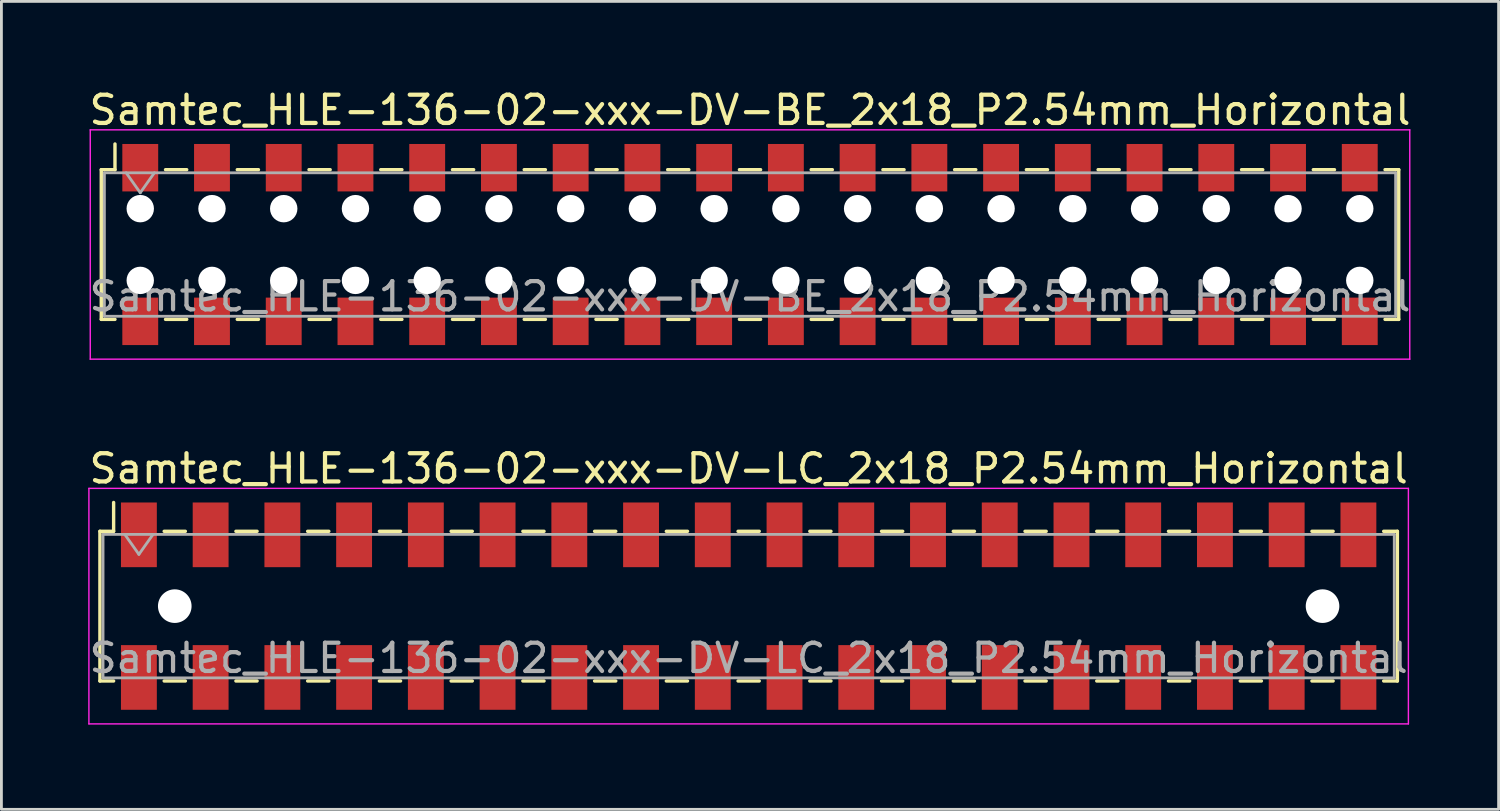
<source format=kicad_pcb>
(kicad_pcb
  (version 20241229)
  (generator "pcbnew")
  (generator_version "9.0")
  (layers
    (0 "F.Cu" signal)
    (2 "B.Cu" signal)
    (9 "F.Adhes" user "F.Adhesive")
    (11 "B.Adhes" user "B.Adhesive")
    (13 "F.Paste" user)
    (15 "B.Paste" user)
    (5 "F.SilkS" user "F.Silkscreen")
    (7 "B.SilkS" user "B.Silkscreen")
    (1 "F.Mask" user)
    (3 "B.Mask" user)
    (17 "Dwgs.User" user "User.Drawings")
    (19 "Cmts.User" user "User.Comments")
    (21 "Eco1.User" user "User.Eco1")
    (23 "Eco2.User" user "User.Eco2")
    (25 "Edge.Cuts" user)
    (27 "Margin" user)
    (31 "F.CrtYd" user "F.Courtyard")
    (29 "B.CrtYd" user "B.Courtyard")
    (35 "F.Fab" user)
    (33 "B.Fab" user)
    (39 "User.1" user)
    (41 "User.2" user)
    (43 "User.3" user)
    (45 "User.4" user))
  (footprint "Samtec_HLE-136-02-xxx-DV-LC_2x18_P2.54mm_Horizontal"
    (layer "F.Cu")
    (at 23.458 18.412)
    (property "Reference" "Samtec_HLE-136-02-xxx-DV-LC_2x18_P2.54mm_Horizontal" (at 0 -4.87 0) (layer "F.SilkS") (effects (font (size 1 1) (thickness 0.15))))
    (attr smd)
    (fp_line (start -22.97 -2.65) (end -22.97 2.65) (stroke (width 0.12) (type solid)) (layer "F.SilkS"))
    (fp_line (start -22.97 2.65) (end -22.485 2.65) (stroke (width 0.12) (type solid)) (layer "F.SilkS"))
    (fp_line (start -22.485 -3.67) (end -22.485 -2.65) (stroke (width 0.12) (type solid)) (layer "F.SilkS"))
    (fp_line (start -22.485 -2.65) (end -22.97 -2.65) (stroke (width 0.12) (type solid)) (layer "F.SilkS"))
    (fp_line (start -20.695 -2.65) (end -19.945 -2.65) (stroke (width 0.12) (type solid)) (layer "F.SilkS"))
    (fp_line (start -20.695 2.65) (end -19.945 2.65) (stroke (width 0.12) (type solid)) (layer "F.SilkS"))
    (fp_line (start -18.155 -2.65) (end -17.405 -2.65) (stroke (width 0.12) (type solid)) (layer "F.SilkS"))
    (fp_line (start -18.155 2.65) (end -17.405 2.65) (stroke (width 0.12) (type solid)) (layer "F.SilkS"))
    (fp_line (start -15.615 -2.65) (end -14.865 -2.65) (stroke (width 0.12) (type solid)) (layer "F.SilkS"))
    (fp_line (start -15.615 2.65) (end -14.865 2.65) (stroke (width 0.12) (type solid)) (layer "F.SilkS"))
    (fp_line (start -13.075 -2.65) (end -12.325 -2.65) (stroke (width 0.12) (type solid)) (layer "F.SilkS"))
    (fp_line (start -13.075 2.65) (end -12.325 2.65) (stroke (width 0.12) (type solid)) (layer "F.SilkS"))
    (fp_line (start -10.535 -2.65) (end -9.785 -2.65) (stroke (width 0.12) (type solid)) (layer "F.SilkS"))
    (fp_line (start -10.535 2.65) (end -9.785 2.65) (stroke (width 0.12) (type solid)) (layer "F.SilkS"))
    (fp_line (start -7.995 -2.65) (end -7.245 -2.65) (stroke (width 0.12) (type solid)) (layer "F.SilkS"))
    (fp_line (start -7.995 2.65) (end -7.245 2.65) (stroke (width 0.12) (type solid)) (layer "F.SilkS"))
    (fp_line (start -5.455 -2.65) (end -4.705 -2.65) (stroke (width 0.12) (type solid)) (layer "F.SilkS"))
    (fp_line (start -5.455 2.65) (end -4.705 2.65) (stroke (width 0.12) (type solid)) (layer "F.SilkS"))
    (fp_line (start -2.915 -2.65) (end -2.165 -2.65) (stroke (width 0.12) (type solid)) (layer "F.SilkS"))
    (fp_line (start -2.915 2.65) (end -2.165 2.65) (stroke (width 0.12) (type solid)) (layer "F.SilkS"))
    (fp_line (start -0.375 -2.65) (end 0.375 -2.65) (stroke (width 0.12) (type solid)) (layer "F.SilkS"))
    (fp_line (start -0.375 2.65) (end 0.375 2.65) (stroke (width 0.12) (type solid)) (layer "F.SilkS"))
    (fp_line (start 2.165 -2.65) (end 2.915 -2.65) (stroke (width 0.12) (type solid)) (layer "F.SilkS"))
    (fp_line (start 2.165 2.65) (end 2.915 2.65) (stroke (width 0.12) (type solid)) (layer "F.SilkS"))
    (fp_line (start 4.705 -2.65) (end 5.455 -2.65) (stroke (width 0.12) (type solid)) (layer "F.SilkS"))
    (fp_line (start 4.705 2.65) (end 5.455 2.65) (stroke (width 0.12) (type solid)) (layer "F.SilkS"))
    (fp_line (start 7.245 -2.65) (end 7.995 -2.65) (stroke (width 0.12) (type solid)) (layer "F.SilkS"))
    (fp_line (start 7.245 2.65) (end 7.995 2.65) (stroke (width 0.12) (type solid)) (layer "F.SilkS"))
    (fp_line (start 9.785 -2.65) (end 10.535 -2.65) (stroke (width 0.12) (type solid)) (layer "F.SilkS"))
    (fp_line (start 9.785 2.65) (end 10.535 2.65) (stroke (width 0.12) (type solid)) (layer "F.SilkS"))
    (fp_line (start 12.325 -2.65) (end 13.075 -2.65) (stroke (width 0.12) (type solid)) (layer "F.SilkS"))
    (fp_line (start 12.325 2.65) (end 13.075 2.65) (stroke (width 0.12) (type solid)) (layer "F.SilkS"))
    (fp_line (start 14.865 -2.65) (end 15.615 -2.65) (stroke (width 0.12) (type solid)) (layer "F.SilkS"))
    (fp_line (start 14.865 2.65) (end 15.615 2.65) (stroke (width 0.12) (type solid)) (layer "F.SilkS"))
    (fp_line (start 17.405 -2.65) (end 18.155 -2.65) (stroke (width 0.12) (type solid)) (layer "F.SilkS"))
    (fp_line (start 17.405 2.65) (end 18.155 2.65) (stroke (width 0.12) (type solid)) (layer "F.SilkS"))
    (fp_line (start 19.945 -2.65) (end 20.695 -2.65) (stroke (width 0.12) (type solid)) (layer "F.SilkS"))
    (fp_line (start 19.945 2.65) (end 20.695 2.65) (stroke (width 0.12) (type solid)) (layer "F.SilkS"))
    (fp_line (start 22.485 -2.65) (end 22.97 -2.65) (stroke (width 0.12) (type solid)) (layer "F.SilkS"))
    (fp_line (start 22.97 -2.65) (end 22.97 2.65) (stroke (width 0.12) (type solid)) (layer "F.SilkS"))
    (fp_line (start 22.97 2.65) (end 22.485 2.65) (stroke (width 0.12) (type solid)) (layer "F.SilkS"))
    (fp_line (start -23.36 -4.17) (end 23.36 -4.17) (stroke (width 0.05) (type solid)) (layer "F.CrtYd"))
    (fp_line (start -23.36 4.17) (end -23.36 -4.17) (stroke (width 0.05) (type solid)) (layer "F.CrtYd"))
    (fp_line (start 23.36 -4.17) (end 23.36 4.17) (stroke (width 0.05) (type solid)) (layer "F.CrtYd"))
    (fp_line (start 23.36 4.17) (end -23.36 4.17) (stroke (width 0.05) (type solid)) (layer "F.CrtYd"))
    (fp_line (start -22.86 -2.54) (end 22.86 -2.54) (stroke (width 0.1) (type solid)) (layer "F.Fab"))
    (fp_line (start -22.86 2.54) (end -22.86 -2.54) (stroke (width 0.1) (type solid)) (layer "F.Fab"))
    (fp_line (start -22.09 -2.54) (end -21.59 -1.833) (stroke (width 0.1) (type solid)) (layer "F.Fab"))
    (fp_line (start -21.59 -1.833) (end -21.09 -2.54) (stroke (width 0.1) (type solid)) (layer "F.Fab"))
    (fp_line (start 22.86 -2.54) (end 22.86 2.54) (stroke (width 0.1) (type solid)) (layer "F.Fab"))
    (fp_line (start 22.86 2.54) (end -22.86 2.54) (stroke (width 0.1) (type solid)) (layer "F.Fab"))
    (fp_text user "${REFERENCE}" (at 0 1.84 0) (layer "F.Fab") (effects (font (size 1 1) (thickness 0.15))))
    (pad "" np_thru_hole circle (at -20.32 0) (size 1.19 1.19) (drill 1.19) (layers "*.Cu" "*.Mask"))
    (pad "" np_thru_hole circle (at 20.32 0) (size 1.19 1.19) (drill 1.19) (layers "*.Cu" "*.Mask"))
    (pad "1" smd rect (at -21.59 -2.525) (size 1.27 2.29) (layers "F.Cu" "F.Mask" "F.Paste"))
    (pad "2" smd rect (at -21.59 2.525) (size 1.27 2.29) (layers "F.Cu" "F.Mask" "F.Paste"))
    (pad "3" smd rect (at -19.05 -2.525) (size 1.27 2.29) (layers "F.Cu" "F.Mask" "F.Paste"))
    (pad "4" smd rect (at -19.05 2.525) (size 1.27 2.29) (layers "F.Cu" "F.Mask" "F.Paste"))
    (pad "5" smd rect (at -16.51 -2.525) (size 1.27 2.29) (layers "F.Cu" "F.Mask" "F.Paste"))
    (pad "6" smd rect (at -16.51 2.525) (size 1.27 2.29) (layers "F.Cu" "F.Mask" "F.Paste"))
    (pad "7" smd rect (at -13.97 -2.525) (size 1.27 2.29) (layers "F.Cu" "F.Mask" "F.Paste"))
    (pad "8" smd rect (at -13.97 2.525) (size 1.27 2.29) (layers "F.Cu" "F.Mask" "F.Paste"))
    (pad "9" smd rect (at -11.43 -2.525) (size 1.27 2.29) (layers "F.Cu" "F.Mask" "F.Paste"))
    (pad "10" smd rect (at -11.43 2.525) (size 1.27 2.29) (layers "F.Cu" "F.Mask" "F.Paste"))
    (pad "11" smd rect (at -8.89 -2.525) (size 1.27 2.29) (layers "F.Cu" "F.Mask" "F.Paste"))
    (pad "12" smd rect (at -8.89 2.525) (size 1.27 2.29) (layers "F.Cu" "F.Mask" "F.Paste"))
    (pad "13" smd rect (at -6.35 -2.525) (size 1.27 2.29) (layers "F.Cu" "F.Mask" "F.Paste"))
    (pad "14" smd rect (at -6.35 2.525) (size 1.27 2.29) (layers "F.Cu" "F.Mask" "F.Paste"))
    (pad "15" smd rect (at -3.81 -2.525) (size 1.27 2.29) (layers "F.Cu" "F.Mask" "F.Paste"))
    (pad "16" smd rect (at -3.81 2.525) (size 1.27 2.29) (layers "F.Cu" "F.Mask" "F.Paste"))
    (pad "17" smd rect (at -1.27 -2.525) (size 1.27 2.29) (layers "F.Cu" "F.Mask" "F.Paste"))
    (pad "18" smd rect (at -1.27 2.525) (size 1.27 2.29) (layers "F.Cu" "F.Mask" "F.Paste"))
    (pad "19" smd rect (at 1.27 -2.525) (size 1.27 2.29) (layers "F.Cu" "F.Mask" "F.Paste"))
    (pad "20" smd rect (at 1.27 2.525) (size 1.27 2.29) (layers "F.Cu" "F.Mask" "F.Paste"))
    (pad "21" smd rect (at 3.81 -2.525) (size 1.27 2.29) (layers "F.Cu" "F.Mask" "F.Paste"))
    (pad "22" smd rect (at 3.81 2.525) (size 1.27 2.29) (layers "F.Cu" "F.Mask" "F.Paste"))
    (pad "23" smd rect (at 6.35 -2.525) (size 1.27 2.29) (layers "F.Cu" "F.Mask" "F.Paste"))
    (pad "24" smd rect (at 6.35 2.525) (size 1.27 2.29) (layers "F.Cu" "F.Mask" "F.Paste"))
    (pad "25" smd rect (at 8.89 -2.525) (size 1.27 2.29) (layers "F.Cu" "F.Mask" "F.Paste"))
    (pad "26" smd rect (at 8.89 2.525) (size 1.27 2.29) (layers "F.Cu" "F.Mask" "F.Paste"))
    (pad "27" smd rect (at 11.43 -2.525) (size 1.27 2.29) (layers "F.Cu" "F.Mask" "F.Paste"))
    (pad "28" smd rect (at 11.43 2.525) (size 1.27 2.29) (layers "F.Cu" "F.Mask" "F.Paste"))
    (pad "29" smd rect (at 13.97 -2.525) (size 1.27 2.29) (layers "F.Cu" "F.Mask" "F.Paste"))
    (pad "30" smd rect (at 13.97 2.525) (size 1.27 2.29) (layers "F.Cu" "F.Mask" "F.Paste"))
    (pad "31" smd rect (at 16.51 -2.525) (size 1.27 2.29) (layers "F.Cu" "F.Mask" "F.Paste"))
    (pad "32" smd rect (at 16.51 2.525) (size 1.27 2.29) (layers "F.Cu" "F.Mask" "F.Paste"))
    (pad "33" smd rect (at 19.05 -2.525) (size 1.27 2.29) (layers "F.Cu" "F.Mask" "F.Paste"))
    (pad "34" smd rect (at 19.05 2.525) (size 1.27 2.29) (layers "F.Cu" "F.Mask" "F.Paste"))
    (pad "35" smd rect (at 21.59 -2.525) (size 1.27 2.29) (layers "F.Cu" "F.Mask" "F.Paste"))
    (pad "36" smd rect (at 21.59 2.525) (size 1.27 2.29) (layers "F.Cu" "F.Mask" "F.Paste")))
  (footprint "Samtec_HLE-136-02-xxx-DV-BE_2x18_P2.54mm_Horizontal"
    (layer "F.Cu")
    (at 23.506 5.608)
    (property "Reference" "Samtec_HLE-136-02-xxx-DV-BE_2x18_P2.54mm_Horizontal" (at 0 -4.76 0) (layer "F.SilkS") (effects (font (size 1 1) (thickness 0.15))))
    (attr smd)
    (fp_line (start -22.97 -2.65) (end -22.97 2.65) (stroke (width 0.12) (type solid)) (layer "F.SilkS"))
    (fp_line (start -22.97 2.65) (end -22.485 2.65) (stroke (width 0.12) (type solid)) (layer "F.SilkS"))
    (fp_line (start -22.485 -3.56) (end -22.485 -2.65) (stroke (width 0.12) (type solid)) (layer "F.SilkS"))
    (fp_line (start -22.485 -2.65) (end -22.97 -2.65) (stroke (width 0.12) (type solid)) (layer "F.SilkS"))
    (fp_line (start -20.695 -2.65) (end -19.945 -2.65) (stroke (width 0.12) (type solid)) (layer "F.SilkS"))
    (fp_line (start -20.695 2.65) (end -19.945 2.65) (stroke (width 0.12) (type solid)) (layer "F.SilkS"))
    (fp_line (start -18.155 -2.65) (end -17.405 -2.65) (stroke (width 0.12) (type solid)) (layer "F.SilkS"))
    (fp_line (start -18.155 2.65) (end -17.405 2.65) (stroke (width 0.12) (type solid)) (layer "F.SilkS"))
    (fp_line (start -15.615 -2.65) (end -14.865 -2.65) (stroke (width 0.12) (type solid)) (layer "F.SilkS"))
    (fp_line (start -15.615 2.65) (end -14.865 2.65) (stroke (width 0.12) (type solid)) (layer "F.SilkS"))
    (fp_line (start -13.075 -2.65) (end -12.325 -2.65) (stroke (width 0.12) (type solid)) (layer "F.SilkS"))
    (fp_line (start -13.075 2.65) (end -12.325 2.65) (stroke (width 0.12) (type solid)) (layer "F.SilkS"))
    (fp_line (start -10.535 -2.65) (end -9.785 -2.65) (stroke (width 0.12) (type solid)) (layer "F.SilkS"))
    (fp_line (start -10.535 2.65) (end -9.785 2.65) (stroke (width 0.12) (type solid)) (layer "F.SilkS"))
    (fp_line (start -7.995 -2.65) (end -7.245 -2.65) (stroke (width 0.12) (type solid)) (layer "F.SilkS"))
    (fp_line (start -7.995 2.65) (end -7.245 2.65) (stroke (width 0.12) (type solid)) (layer "F.SilkS"))
    (fp_line (start -5.455 -2.65) (end -4.705 -2.65) (stroke (width 0.12) (type solid)) (layer "F.SilkS"))
    (fp_line (start -5.455 2.65) (end -4.705 2.65) (stroke (width 0.12) (type solid)) (layer "F.SilkS"))
    (fp_line (start -2.915 -2.65) (end -2.165 -2.65) (stroke (width 0.12) (type solid)) (layer "F.SilkS"))
    (fp_line (start -2.915 2.65) (end -2.165 2.65) (stroke (width 0.12) (type solid)) (layer "F.SilkS"))
    (fp_line (start -0.375 -2.65) (end 0.375 -2.65) (stroke (width 0.12) (type solid)) (layer "F.SilkS"))
    (fp_line (start -0.375 2.65) (end 0.375 2.65) (stroke (width 0.12) (type solid)) (layer "F.SilkS"))
    (fp_line (start 2.165 -2.65) (end 2.915 -2.65) (stroke (width 0.12) (type solid)) (layer "F.SilkS"))
    (fp_line (start 2.165 2.65) (end 2.915 2.65) (stroke (width 0.12) (type solid)) (layer "F.SilkS"))
    (fp_line (start 4.705 -2.65) (end 5.455 -2.65) (stroke (width 0.12) (type solid)) (layer "F.SilkS"))
    (fp_line (start 4.705 2.65) (end 5.455 2.65) (stroke (width 0.12) (type solid)) (layer "F.SilkS"))
    (fp_line (start 7.245 -2.65) (end 7.995 -2.65) (stroke (width 0.12) (type solid)) (layer "F.SilkS"))
    (fp_line (start 7.245 2.65) (end 7.995 2.65) (stroke (width 0.12) (type solid)) (layer "F.SilkS"))
    (fp_line (start 9.785 -2.65) (end 10.535 -2.65) (stroke (width 0.12) (type solid)) (layer "F.SilkS"))
    (fp_line (start 9.785 2.65) (end 10.535 2.65) (stroke (width 0.12) (type solid)) (layer "F.SilkS"))
    (fp_line (start 12.325 -2.65) (end 13.075 -2.65) (stroke (width 0.12) (type solid)) (layer "F.SilkS"))
    (fp_line (start 12.325 2.65) (end 13.075 2.65) (stroke (width 0.12) (type solid)) (layer "F.SilkS"))
    (fp_line (start 14.865 -2.65) (end 15.615 -2.65) (stroke (width 0.12) (type solid)) (layer "F.SilkS"))
    (fp_line (start 14.865 2.65) (end 15.615 2.65) (stroke (width 0.12) (type solid)) (layer "F.SilkS"))
    (fp_line (start 17.405 -2.65) (end 18.155 -2.65) (stroke (width 0.12) (type solid)) (layer "F.SilkS"))
    (fp_line (start 17.405 2.65) (end 18.155 2.65) (stroke (width 0.12) (type solid)) (layer "F.SilkS"))
    (fp_line (start 19.945 -2.65) (end 20.695 -2.65) (stroke (width 0.12) (type solid)) (layer "F.SilkS"))
    (fp_line (start 19.945 2.65) (end 20.695 2.65) (stroke (width 0.12) (type solid)) (layer "F.SilkS"))
    (fp_line (start 22.485 -2.65) (end 22.97 -2.65) (stroke (width 0.12) (type solid)) (layer "F.SilkS"))
    (fp_line (start 22.97 -2.65) (end 22.97 2.65) (stroke (width 0.12) (type solid)) (layer "F.SilkS"))
    (fp_line (start 22.97 2.65) (end 22.485 2.65) (stroke (width 0.12) (type solid)) (layer "F.SilkS"))
    (fp_line (start -23.36 -4.06) (end 23.36 -4.06) (stroke (width 0.05) (type solid)) (layer "F.CrtYd"))
    (fp_line (start -23.36 4.06) (end -23.36 -4.06) (stroke (width 0.05) (type solid)) (layer "F.CrtYd"))
    (fp_line (start 23.36 -4.06) (end 23.36 4.06) (stroke (width 0.05) (type solid)) (layer "F.CrtYd"))
    (fp_line (start 23.36 4.06) (end -23.36 4.06) (stroke (width 0.05) (type solid)) (layer "F.CrtYd"))
    (fp_line (start -22.86 -2.54) (end 22.86 -2.54) (stroke (width 0.1) (type solid)) (layer "F.Fab"))
    (fp_line (start -22.86 2.54) (end -22.86 -2.54) (stroke (width 0.1) (type solid)) (layer "F.Fab"))
    (fp_line (start -22.09 -2.54) (end -21.59 -1.833) (stroke (width 0.1) (type solid)) (layer "F.Fab"))
    (fp_line (start -21.59 -1.833) (end -21.09 -2.54) (stroke (width 0.1) (type solid)) (layer "F.Fab"))
    (fp_line (start 22.86 -2.54) (end 22.86 2.54) (stroke (width 0.1) (type solid)) (layer "F.Fab"))
    (fp_line (start 22.86 2.54) (end -22.86 2.54) (stroke (width 0.1) (type solid)) (layer "F.Fab"))
    (fp_text user "${REFERENCE}" (at 0 1.84 0) (layer "F.Fab") (effects (font (size 1 1) (thickness 0.15))))
    (pad "" np_thru_hole circle (at -21.59 -1.27) (size 0.97 0.97) (drill 0.97) (layers "*.Cu" "*.Mask"))
    (pad "" np_thru_hole circle (at -21.59 1.27) (size 0.97 0.97) (drill 0.97) (layers "*.Cu" "*.Mask"))
    (pad "" np_thru_hole circle (at -19.05 -1.27) (size 0.97 0.97) (drill 0.97) (layers "*.Cu" "*.Mask"))
    (pad "" np_thru_hole circle (at -19.05 1.27) (size 0.97 0.97) (drill 0.97) (layers "*.Cu" "*.Mask"))
    (pad "" np_thru_hole circle (at -16.51 -1.27) (size 0.97 0.97) (drill 0.97) (layers "*.Cu" "*.Mask"))
    (pad "" np_thru_hole circle (at -16.51 1.27) (size 0.97 0.97) (drill 0.97) (layers "*.Cu" "*.Mask"))
    (pad "" np_thru_hole circle (at -13.97 -1.27) (size 0.97 0.97) (drill 0.97) (layers "*.Cu" "*.Mask"))
    (pad "" np_thru_hole circle (at -13.97 1.27) (size 0.97 0.97) (drill 0.97) (layers "*.Cu" "*.Mask"))
    (pad "" np_thru_hole circle (at -11.43 -1.27) (size 0.97 0.97) (drill 0.97) (layers "*.Cu" "*.Mask"))
    (pad "" np_thru_hole circle (at -11.43 1.27) (size 0.97 0.97) (drill 0.97) (layers "*.Cu" "*.Mask"))
    (pad "" np_thru_hole circle (at -8.89 -1.27) (size 0.97 0.97) (drill 0.97) (layers "*.Cu" "*.Mask"))
    (pad "" np_thru_hole circle (at -8.89 1.27) (size 0.97 0.97) (drill 0.97) (layers "*.Cu" "*.Mask"))
    (pad "" np_thru_hole circle (at -6.35 -1.27) (size 0.97 0.97) (drill 0.97) (layers "*.Cu" "*.Mask"))
    (pad "" np_thru_hole circle (at -6.35 1.27) (size 0.97 0.97) (drill 0.97) (layers "*.Cu" "*.Mask"))
    (pad "" np_thru_hole circle (at -3.81 -1.27) (size 0.97 0.97) (drill 0.97) (layers "*.Cu" "*.Mask"))
    (pad "" np_thru_hole circle (at -3.81 1.27) (size 0.97 0.97) (drill 0.97) (layers "*.Cu" "*.Mask"))
    (pad "" np_thru_hole circle (at -1.27 -1.27) (size 0.97 0.97) (drill 0.97) (layers "*.Cu" "*.Mask"))
    (pad "" np_thru_hole circle (at -1.27 1.27) (size 0.97 0.97) (drill 0.97) (layers "*.Cu" "*.Mask"))
    (pad "" np_thru_hole circle (at 1.27 -1.27) (size 0.97 0.97) (drill 0.97) (layers "*.Cu" "*.Mask"))
    (pad "" np_thru_hole circle (at 1.27 1.27) (size 0.97 0.97) (drill 0.97) (layers "*.Cu" "*.Mask"))
    (pad "" np_thru_hole circle (at 3.81 -1.27) (size 0.97 0.97) (drill 0.97) (layers "*.Cu" "*.Mask"))
    (pad "" np_thru_hole circle (at 3.81 1.27) (size 0.97 0.97) (drill 0.97) (layers "*.Cu" "*.Mask"))
    (pad "" np_thru_hole circle (at 6.35 -1.27) (size 0.97 0.97) (drill 0.97) (layers "*.Cu" "*.Mask"))
    (pad "" np_thru_hole circle (at 6.35 1.27) (size 0.97 0.97) (drill 0.97) (layers "*.Cu" "*.Mask"))
    (pad "" np_thru_hole circle (at 8.89 -1.27) (size 0.97 0.97) (drill 0.97) (layers "*.Cu" "*.Mask"))
    (pad "" np_thru_hole circle (at 8.89 1.27) (size 0.97 0.97) (drill 0.97) (layers "*.Cu" "*.Mask"))
    (pad "" np_thru_hole circle (at 11.43 -1.27) (size 0.97 0.97) (drill 0.97) (layers "*.Cu" "*.Mask"))
    (pad "" np_thru_hole circle (at 11.43 1.27) (size 0.97 0.97) (drill 0.97) (layers "*.Cu" "*.Mask"))
    (pad "" np_thru_hole circle (at 13.97 -1.27) (size 0.97 0.97) (drill 0.97) (layers "*.Cu" "*.Mask"))
    (pad "" np_thru_hole circle (at 13.97 1.27) (size 0.97 0.97) (drill 0.97) (layers "*.Cu" "*.Mask"))
    (pad "" np_thru_hole circle (at 16.51 -1.27) (size 0.97 0.97) (drill 0.97) (layers "*.Cu" "*.Mask"))
    (pad "" np_thru_hole circle (at 16.51 1.27) (size 0.97 0.97) (drill 0.97) (layers "*.Cu" "*.Mask"))
    (pad "" np_thru_hole circle (at 19.05 -1.27) (size 0.97 0.97) (drill 0.97) (layers "*.Cu" "*.Mask"))
    (pad "" np_thru_hole circle (at 19.05 1.27) (size 0.97 0.97) (drill 0.97) (layers "*.Cu" "*.Mask"))
    (pad "" np_thru_hole circle (at 21.59 -1.27) (size 0.97 0.97) (drill 0.97) (layers "*.Cu" "*.Mask"))
    (pad "" np_thru_hole circle (at 21.59 1.27) (size 0.97 0.97) (drill 0.97) (layers "*.Cu" "*.Mask"))
    (pad "1" smd rect (at -21.59 -2.72) (size 1.27 1.68) (layers "F.Cu" "F.Mask" "F.Paste"))
    (pad "2" smd rect (at -21.59 2.72) (size 1.27 1.68) (layers "F.Cu" "F.Mask" "F.Paste"))
    (pad "3" smd rect (at -19.05 -2.72) (size 1.27 1.68) (layers "F.Cu" "F.Mask" "F.Paste"))
    (pad "4" smd rect (at -19.05 2.72) (size 1.27 1.68) (layers "F.Cu" "F.Mask" "F.Paste"))
    (pad "5" smd rect (at -16.51 -2.72) (size 1.27 1.68) (layers "F.Cu" "F.Mask" "F.Paste"))
    (pad "6" smd rect (at -16.51 2.72) (size 1.27 1.68) (layers "F.Cu" "F.Mask" "F.Paste"))
    (pad "7" smd rect (at -13.97 -2.72) (size 1.27 1.68) (layers "F.Cu" "F.Mask" "F.Paste"))
    (pad "8" smd rect (at -13.97 2.72) (size 1.27 1.68) (layers "F.Cu" "F.Mask" "F.Paste"))
    (pad "9" smd rect (at -11.43 -2.72) (size 1.27 1.68) (layers "F.Cu" "F.Mask" "F.Paste"))
    (pad "10" smd rect (at -11.43 2.72) (size 1.27 1.68) (layers "F.Cu" "F.Mask" "F.Paste"))
    (pad "11" smd rect (at -8.89 -2.72) (size 1.27 1.68) (layers "F.Cu" "F.Mask" "F.Paste"))
    (pad "12" smd rect (at -8.89 2.72) (size 1.27 1.68) (layers "F.Cu" "F.Mask" "F.Paste"))
    (pad "13" smd rect (at -6.35 -2.72) (size 1.27 1.68) (layers "F.Cu" "F.Mask" "F.Paste"))
    (pad "14" smd rect (at -6.35 2.72) (size 1.27 1.68) (layers "F.Cu" "F.Mask" "F.Paste"))
    (pad "15" smd rect (at -3.81 -2.72) (size 1.27 1.68) (layers "F.Cu" "F.Mask" "F.Paste"))
    (pad "16" smd rect (at -3.81 2.72) (size 1.27 1.68) (layers "F.Cu" "F.Mask" "F.Paste"))
    (pad "17" smd rect (at -1.27 -2.72) (size 1.27 1.68) (layers "F.Cu" "F.Mask" "F.Paste"))
    (pad "18" smd rect (at -1.27 2.72) (size 1.27 1.68) (layers "F.Cu" "F.Mask" "F.Paste"))
    (pad "19" smd rect (at 1.27 -2.72) (size 1.27 1.68) (layers "F.Cu" "F.Mask" "F.Paste"))
    (pad "20" smd rect (at 1.27 2.72) (size 1.27 1.68) (layers "F.Cu" "F.Mask" "F.Paste"))
    (pad "21" smd rect (at 3.81 -2.72) (size 1.27 1.68) (layers "F.Cu" "F.Mask" "F.Paste"))
    (pad "22" smd rect (at 3.81 2.72) (size 1.27 1.68) (layers "F.Cu" "F.Mask" "F.Paste"))
    (pad "23" smd rect (at 6.35 -2.72) (size 1.27 1.68) (layers "F.Cu" "F.Mask" "F.Paste"))
    (pad "24" smd rect (at 6.35 2.72) (size 1.27 1.68) (layers "F.Cu" "F.Mask" "F.Paste"))
    (pad "25" smd rect (at 8.89 -2.72) (size 1.27 1.68) (layers "F.Cu" "F.Mask" "F.Paste"))
    (pad "26" smd rect (at 8.89 2.72) (size 1.27 1.68) (layers "F.Cu" "F.Mask" "F.Paste"))
    (pad "27" smd rect (at 11.43 -2.72) (size 1.27 1.68) (layers "F.Cu" "F.Mask" "F.Paste"))
    (pad "28" smd rect (at 11.43 2.72) (size 1.27 1.68) (layers "F.Cu" "F.Mask" "F.Paste"))
    (pad "29" smd rect (at 13.97 -2.72) (size 1.27 1.68) (layers "F.Cu" "F.Mask" "F.Paste"))
    (pad "30" smd rect (at 13.97 2.72) (size 1.27 1.68) (layers "F.Cu" "F.Mask" "F.Paste"))
    (pad "31" smd rect (at 16.51 -2.72) (size 1.27 1.68) (layers "F.Cu" "F.Mask" "F.Paste"))
    (pad "32" smd rect (at 16.51 2.72) (size 1.27 1.68) (layers "F.Cu" "F.Mask" "F.Paste"))
    (pad "33" smd rect (at 19.05 -2.72) (size 1.27 1.68) (layers "F.Cu" "F.Mask" "F.Paste"))
    (pad "34" smd rect (at 19.05 2.72) (size 1.27 1.68) (layers "F.Cu" "F.Mask" "F.Paste"))
    (pad "35" smd rect (at 21.59 -2.72) (size 1.27 1.68) (layers "F.Cu" "F.Mask" "F.Paste"))
    (pad "36" smd rect (at 21.59 2.72) (size 1.27 1.68) (layers "F.Cu" "F.Mask" "F.Paste")))
  (gr_rect
    (start -3 -3)
    (end 50.012 25.607)
    (stroke (width 0.1) (type default))
    (fill no)
    (layer "Edge.Cuts")))
</source>
